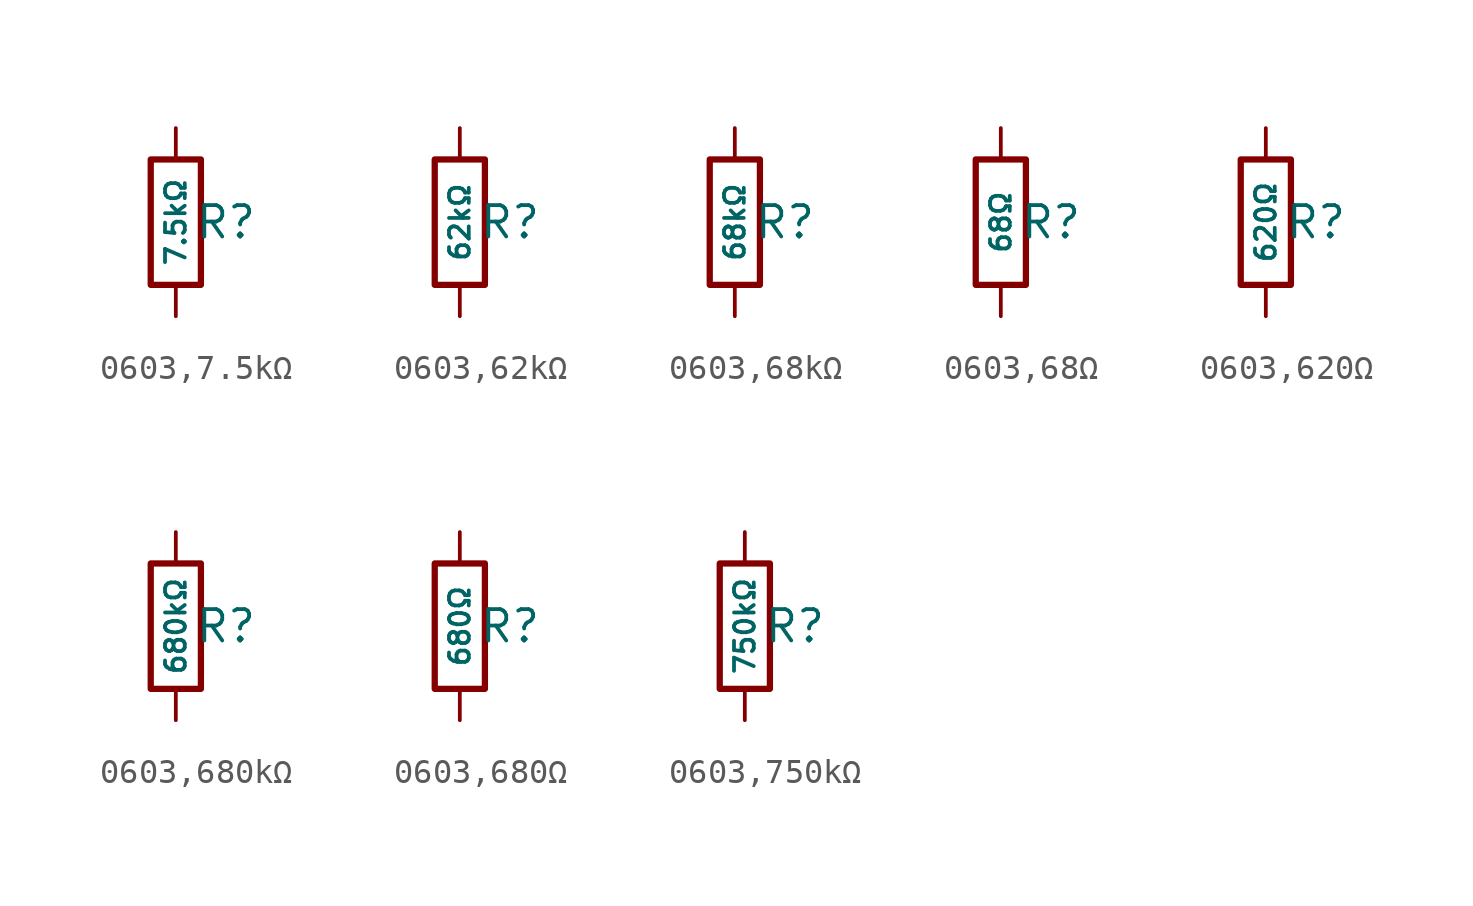
<source format=kicad_sym>
(kicad_symbol_lib
  (version 20231120)
  (generator "CDFER")
  (generator_version "8.0")
  (symbol "0603,7.5kΩ"
    (pin_numbers hide)
    (pin_names
      (offset 0))
    (property "Reference" "R"
      (at 2.032 0 0)
      (effects (font (size 1.27 1.27)) (hide no)))
    (property "Value" "7.5kΩ"
      (at 0 0 90)
      (do_not_autoplace)
      (effects (font (size 0.8 0.8)) (hide no)))
    (symbol "0603,7.5kΩ_0_1"
      (rectangle (start -1.016 2.54) (end 1.016 -2.54) (stroke (width 0.254) (type default)) (fill (type none))))
    (symbol "0603,7.5kΩ_1_1"
      (pin passive line (at 0 3.81 270) (length 1.27) (name "~" (effects (font (size 1.27 1.27)))) (number "1" (effects (font (size 1.27 1.27)))))
      (pin passive line (at 0 -3.81 90) (length 1.27) (name "~" (effects (font (size 1.27 1.27)))) (number "2" (effects (font (size 1.27 1.27)))))))
  (symbol "0603,62kΩ"
    (pin_numbers hide)
    (pin_names
      (offset 0))
    (property "Reference" "R"
      (at 2.032 0 0)
      (effects (font (size 1.27 1.27)) (hide no)))
    (property "Value" "62kΩ"
      (at 0 0 90)
      (do_not_autoplace)
      (effects (font (size 0.8 0.8)) (hide no)))
    (symbol "0603,62kΩ_0_1"
      (rectangle (start -1.016 2.54) (end 1.016 -2.54) (stroke (width 0.254) (type default)) (fill (type none))))
    (symbol "0603,62kΩ_1_1"
      (pin passive line (at 0 3.81 270) (length 1.27) (name "~" (effects (font (size 1.27 1.27)))) (number "1" (effects (font (size 1.27 1.27)))))
      (pin passive line (at 0 -3.81 90) (length 1.27) (name "~" (effects (font (size 1.27 1.27)))) (number "2" (effects (font (size 1.27 1.27)))))))
  (symbol "0603,68kΩ"
    (pin_numbers hide)
    (pin_names
      (offset 0))
    (property "Reference" "R"
      (at 2.032 0 0)
      (effects (font (size 1.27 1.27)) (hide no)))
    (property "Value" "68kΩ"
      (at 0 0 90)
      (do_not_autoplace)
      (effects (font (size 0.8 0.8)) (hide no)))
    (symbol "0603,68kΩ_0_1"
      (rectangle (start -1.016 2.54) (end 1.016 -2.54) (stroke (width 0.254) (type default)) (fill (type none))))
    (symbol "0603,68kΩ_1_1"
      (pin passive line (at 0 3.81 270) (length 1.27) (name "~" (effects (font (size 1.27 1.27)))) (number "1" (effects (font (size 1.27 1.27)))))
      (pin passive line (at 0 -3.81 90) (length 1.27) (name "~" (effects (font (size 1.27 1.27)))) (number "2" (effects (font (size 1.27 1.27)))))))
  (symbol "0603,68Ω"
    (pin_numbers hide)
    (pin_names
      (offset 0))
    (property "Reference" "R"
      (at 2.032 0 0)
      (effects (font (size 1.27 1.27)) (hide no)))
    (property "Value" "68Ω"
      (at 0 0 90)
      (do_not_autoplace)
      (effects (font (size 0.8 0.8)) (hide no)))
    (symbol "0603,68Ω_0_1"
      (rectangle (start -1.016 2.54) (end 1.016 -2.54) (stroke (width 0.254) (type default)) (fill (type none))))
    (symbol "0603,68Ω_1_1"
      (pin passive line (at 0 3.81 270) (length 1.27) (name "~" (effects (font (size 1.27 1.27)))) (number "1" (effects (font (size 1.27 1.27)))))
      (pin passive line (at 0 -3.81 90) (length 1.27) (name "~" (effects (font (size 1.27 1.27)))) (number "2" (effects (font (size 1.27 1.27)))))))
  (symbol "0603,620Ω"
    (pin_numbers hide)
    (pin_names
      (offset 0))
    (property "Reference" "R"
      (at 2.032 0 0)
      (effects (font (size 1.27 1.27)) (hide no)))
    (property "Value" "620Ω"
      (at 0 0 90)
      (do_not_autoplace)
      (effects (font (size 0.8 0.8)) (hide no)))
    (symbol "0603,620Ω_0_1"
      (rectangle (start -1.016 2.54) (end 1.016 -2.54) (stroke (width 0.254) (type default)) (fill (type none))))
    (symbol "0603,620Ω_1_1"
      (pin passive line (at 0 3.81 270) (length 1.27) (name "~" (effects (font (size 1.27 1.27)))) (number "1" (effects (font (size 1.27 1.27)))))
      (pin passive line (at 0 -3.81 90) (length 1.27) (name "~" (effects (font (size 1.27 1.27)))) (number "2" (effects (font (size 1.27 1.27)))))))
  (symbol "0603,680kΩ"
    (pin_numbers hide)
    (pin_names
      (offset 0))
    (property "Reference" "R"
      (at 2.032 0 0)
      (effects (font (size 1.27 1.27)) (hide no)))
    (property "Value" "680kΩ"
      (at 0 0 90)
      (do_not_autoplace)
      (effects (font (size 0.8 0.8)) (hide no)))
    (symbol "0603,680kΩ_0_1"
      (rectangle (start -1.016 2.54) (end 1.016 -2.54) (stroke (width 0.254) (type default)) (fill (type none))))
    (symbol "0603,680kΩ_1_1"
      (pin passive line (at 0 3.81 270) (length 1.27) (name "~" (effects (font (size 1.27 1.27)))) (number "1" (effects (font (size 1.27 1.27)))))
      (pin passive line (at 0 -3.81 90) (length 1.27) (name "~" (effects (font (size 1.27 1.27)))) (number "2" (effects (font (size 1.27 1.27)))))))
  (symbol "0603,680Ω"
    (pin_numbers hide)
    (pin_names
      (offset 0))
    (property "Reference" "R"
      (at 2.032 0 0)
      (effects (font (size 1.27 1.27)) (hide no)))
    (property "Value" "680Ω"
      (at 0 0 90)
      (do_not_autoplace)
      (effects (font (size 0.8 0.8)) (hide no)))
    (symbol "0603,680Ω_0_1"
      (rectangle (start -1.016 2.54) (end 1.016 -2.54) (stroke (width 0.254) (type default)) (fill (type none))))
    (symbol "0603,680Ω_1_1"
      (pin passive line (at 0 3.81 270) (length 1.27) (name "~" (effects (font (size 1.27 1.27)))) (number "1" (effects (font (size 1.27 1.27)))))
      (pin passive line (at 0 -3.81 90) (length 1.27) (name "~" (effects (font (size 1.27 1.27)))) (number "2" (effects (font (size 1.27 1.27)))))))
  (symbol "0603,750kΩ"
    (pin_numbers hide)
    (pin_names
      (offset 0))
    (property "Reference" "R"
      (at 2.032 0 0)
      (effects (font (size 1.27 1.27)) (hide no)))
    (property "Value" "750kΩ"
      (at 0 0 90)
      (do_not_autoplace)
      (effects (font (size 0.8 0.8)) (hide no)))
    (symbol "0603,750kΩ_0_1"
      (rectangle (start -1.016 2.54) (end 1.016 -2.54) (stroke (width 0.254) (type default)) (fill (type none))))
    (symbol "0603,750kΩ_1_1"
      (pin passive line (at 0 3.81 270) (length 1.27) (name "~" (effects (font (size 1.27 1.27)))) (number "1" (effects (font (size 1.27 1.27)))))
      (pin passive line (at 0 -3.81 90) (length 1.27) (name "~" (effects (font (size 1.27 1.27)))) (number "2" (effects (font (size 1.27 1.27))))))))
</source>
